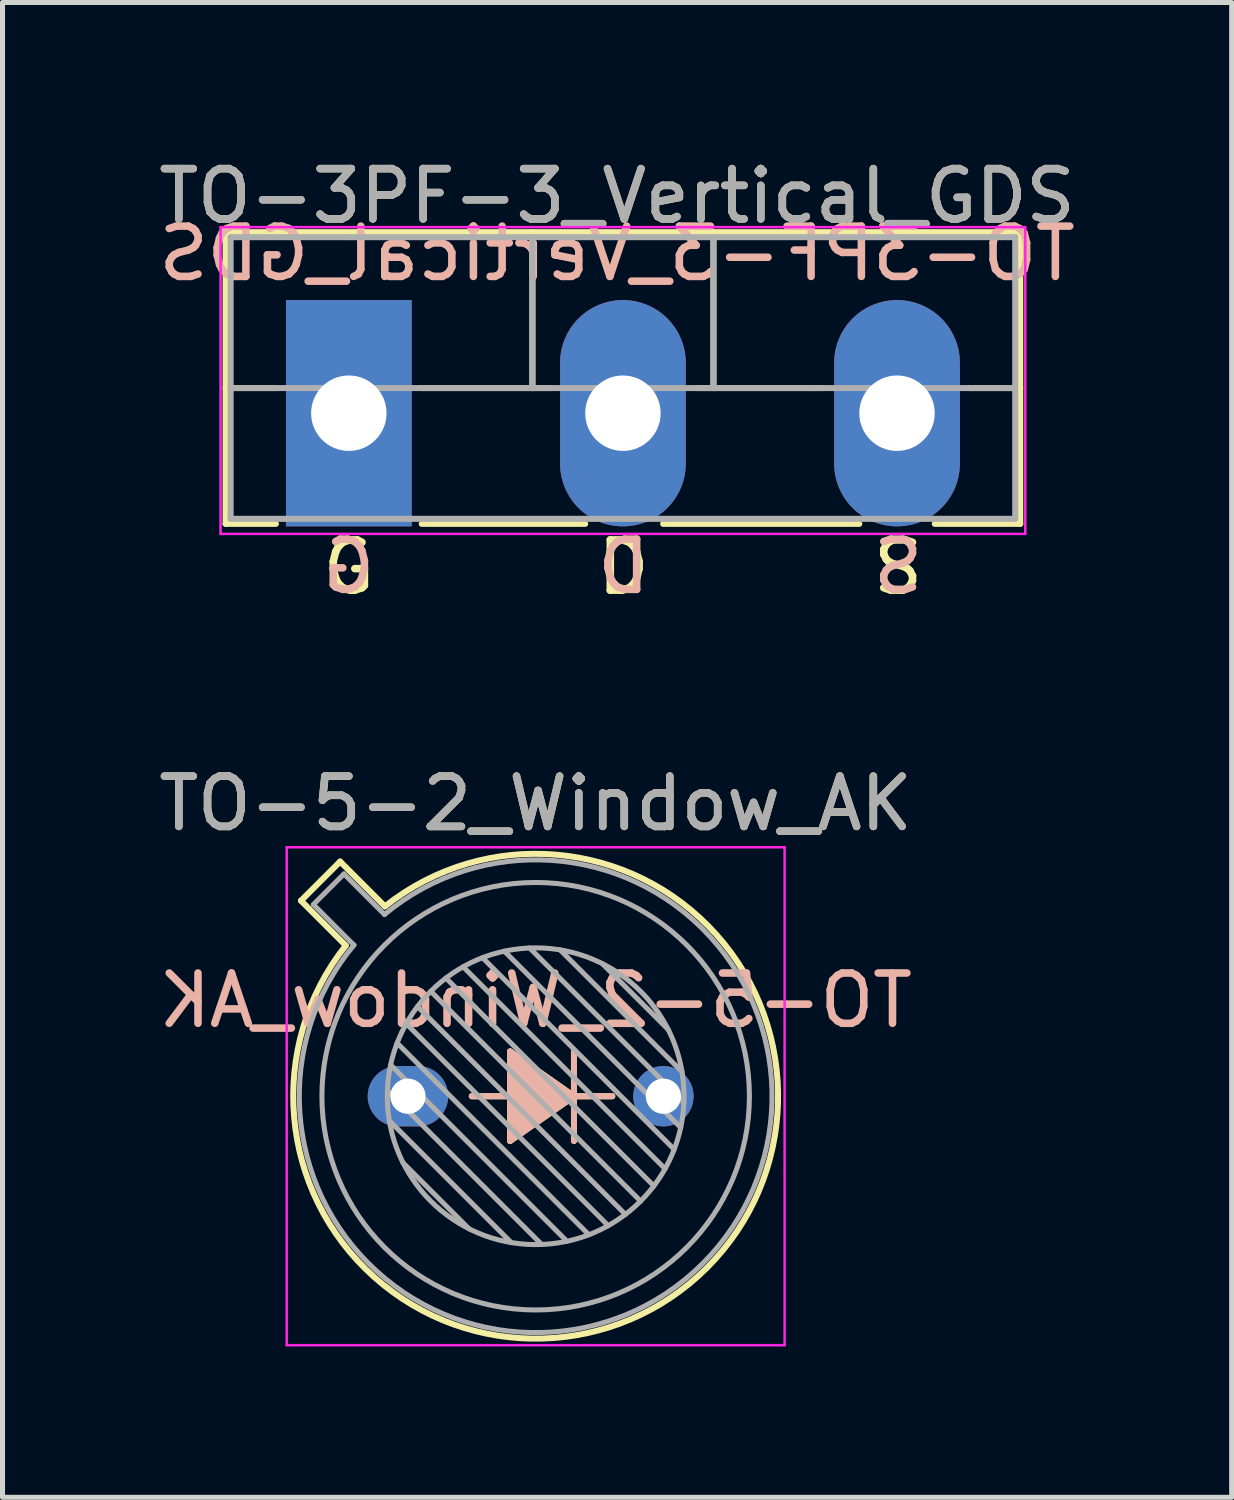
<source format=kicad_pcb>
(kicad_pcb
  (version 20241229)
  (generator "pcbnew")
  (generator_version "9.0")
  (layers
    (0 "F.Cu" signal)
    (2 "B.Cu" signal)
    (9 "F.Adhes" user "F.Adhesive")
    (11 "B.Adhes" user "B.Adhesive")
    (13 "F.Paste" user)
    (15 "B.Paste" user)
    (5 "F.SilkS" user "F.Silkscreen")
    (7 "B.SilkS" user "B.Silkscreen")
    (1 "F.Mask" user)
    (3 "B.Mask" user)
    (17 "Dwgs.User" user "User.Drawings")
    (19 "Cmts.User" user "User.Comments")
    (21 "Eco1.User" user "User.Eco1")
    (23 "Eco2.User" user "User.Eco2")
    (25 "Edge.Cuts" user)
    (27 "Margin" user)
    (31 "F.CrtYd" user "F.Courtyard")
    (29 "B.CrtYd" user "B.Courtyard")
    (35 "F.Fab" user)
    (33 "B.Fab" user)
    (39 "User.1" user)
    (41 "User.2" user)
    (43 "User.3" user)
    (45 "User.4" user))
  (footprint "TO-5-2_Window_AK"
    (layer "F.Cu")
    (at 5.061 18.747)
    (property "Reference" "TO-5-2_Window_AK" (at 2.54 -5.82 0) (layer "F.SilkS") (effects (font (size 1 1) (thickness 0.15))))
    (fp_line (start -2.126 -3.888) (end -1.235 -2.997) (stroke (width 0.12) (type solid)) (layer "F.SilkS"))
    (fp_line (start -1.348 -4.666) (end -2.126 -3.888) (stroke (width 0.12) (type solid)) (layer "F.SilkS"))
    (fp_line (start -0.457 -3.775) (end -1.348 -4.666) (stroke (width 0.12) (type solid)) (layer "F.SilkS"))
    (fp_line (start 1.27 0) (end 2.032 0) (stroke (width 0.12) (type solid)) (layer "F.SilkS"))
    (fp_line (start 2.032 -0.889) (end 3.302 0) (stroke (width 0.12) (type solid)) (layer "F.SilkS"))
    (fp_line (start 2.032 0.889) (end 2.032 -0.889) (stroke (width 0.12) (type solid)) (layer "F.SilkS"))
    (fp_line (start 3.302 -0.889) (end 3.302 0.889) (stroke (width 0.12) (type solid)) (layer "F.SilkS"))
    (fp_line (start 3.302 0) (end 2.032 0.889) (stroke (width 0.12) (type solid)) (layer "F.SilkS"))
    (fp_line (start 3.302 0) (end 4.064 0) (stroke (width 0.12) (type solid)) (layer "F.SilkS"))
    (fp_arc (start -0.457084 -3.774902) (mid 5.948125 3.408384) (end -1.234674 -2.997371) (stroke (width 0.12) (type solid)) (layer "F.SilkS"))
    (fp_poly (pts (xy 3.302 0) (xy 2.032 0.889) (xy 2.032 -0.889)) (stroke (width 0.1) (type solid)) (fill yes) (layer "F.SilkS"))
    (fp_line (start 1.27 0) (end 2.032 0) (stroke (width 0.12) (type solid)) (layer "B.SilkS"))
    (fp_line (start 2.032 -0.889) (end 2.032 0.889) (stroke (width 0.12) (type solid)) (layer "B.SilkS"))
    (fp_line (start 2.032 0.889) (end 3.302 0) (stroke (width 0.12) (type solid)) (layer "B.SilkS"))
    (fp_line (start 3.302 0) (end 2.032 -0.889) (stroke (width 0.12) (type solid)) (layer "B.SilkS"))
    (fp_line (start 3.302 0) (end 4.064 0) (stroke (width 0.12) (type solid)) (layer "B.SilkS"))
    (fp_line (start 3.302 0.889) (end 3.302 -0.889) (stroke (width 0.12) (type solid)) (layer "B.SilkS"))
    (fp_poly (pts (xy 3.302 0) (xy 2.032 -0.889) (xy 2.032 0.889)) (stroke (width 0.1) (type solid)) (fill yes) (layer "B.SilkS"))
    (fp_line (start -2.41 -4.95) (end -2.41 4.95) (stroke (width 0.05) (type solid)) (layer "F.CrtYd"))
    (fp_line (start -2.41 4.95) (end 7.49 4.95) (stroke (width 0.05) (type solid)) (layer "F.CrtYd"))
    (fp_line (start 7.49 -4.95) (end -2.41 -4.95) (stroke (width 0.05) (type solid)) (layer "F.CrtYd"))
    (fp_line (start 7.49 4.95) (end 7.49 -4.95) (stroke (width 0.05) (type solid)) (layer "F.CrtYd"))
    (fp_line (start -1.88 -3.812) (end -1.074 -3.005) (stroke (width 0.1) (type solid)) (layer "F.Fab"))
    (fp_line (start -1.272 -4.42) (end -1.88 -3.812) (stroke (width 0.1) (type solid)) (layer "F.Fab"))
    (fp_line (start -0.465 -3.614) (end -1.272 -4.42) (stroke (width 0.1) (type solid)) (layer "F.Fab"))
    (fp_line (start -0.408 -0.12) (end 2.66 2.948) (stroke (width 0.1) (type solid)) (layer "F.Fab"))
    (fp_line (start -0.371 0.485) (end 2.055 2.911) (stroke (width 0.1) (type solid)) (layer "F.Fab"))
    (fp_line (start -0.344 -0.622) (end 3.162 2.884) (stroke (width 0.1) (type solid)) (layer "F.Fab"))
    (fp_line (start -0.215 -1.058) (end 3.598 2.755) (stroke (width 0.1) (type solid)) (layer "F.Fab"))
    (fp_line (start -0.097 1.324) (end 1.216 2.637) (stroke (width 0.1) (type solid)) (layer "F.Fab"))
    (fp_line (start -0.034 -1.443) (end 3.983 2.574) (stroke (width 0.1) (type solid)) (layer "F.Fab"))
    (fp_line (start 0.19 -1.784) (end 4.324 2.35) (stroke (width 0.1) (type solid)) (layer "F.Fab"))
    (fp_line (start 0.454 -2.086) (end 4.626 2.086) (stroke (width 0.1) (type solid)) (layer "F.Fab"))
    (fp_line (start 0.756 -2.35) (end 4.89 1.784) (stroke (width 0.1) (type solid)) (layer "F.Fab"))
    (fp_line (start 1.097 -2.574) (end 5.114 1.443) (stroke (width 0.1) (type solid)) (layer "F.Fab"))
    (fp_line (start 1.482 -2.755) (end 5.295 1.058) (stroke (width 0.1) (type solid)) (layer "F.Fab"))
    (fp_line (start 1.918 -2.884) (end 5.424 0.622) (stroke (width 0.1) (type solid)) (layer "F.Fab"))
    (fp_line (start 2.42 -2.948) (end 5.488 0.12) (stroke (width 0.1) (type solid)) (layer "F.Fab"))
    (fp_line (start 3.025 -2.911) (end 5.451 -0.485) (stroke (width 0.1) (type solid)) (layer "F.Fab"))
    (fp_line (start 3.864 -2.637) (end 5.177 -1.324) (stroke (width 0.1) (type solid)) (layer "F.Fab"))
    (fp_arc (start -0.465408 -3.61352) (mid 5.863443 3.323361) (end -1.073594 -3.005319) (stroke (width 0.1) (type solid)) (layer "F.Fab"))
    (fp_circle (center 2.54 0) (end 5.49 0) (stroke (width 0.1) (type solid)) (fill no) (layer "F.Fab"))
    (fp_circle (center 2.54 0) (end 6.79 0) (stroke (width 0.1) (type solid)) (fill no) (layer "F.Fab"))
    (fp_text user "${REFERENCE}" (at 2.54 -1.905 0) (layer "B.SilkS") (effects (font (size 1 1) (thickness 0.15)) (justify mirror)))
    (fp_text user "${REFERENCE}" (at 2.54 -5.82 0) (layer "F.Fab") (effects (font (size 1 1) (thickness 0.15))))
    (pad "1" thru_hole oval (at 0 0) (size 1.6 1.2) (drill 0.7) (layers "*.Cu" "*.Mask"))
    (pad "2" thru_hole oval (at 5.08 0) (size 1.2 1.2) (drill 0.7) (layers "*.Cu" "*.Mask")))
  (footprint "TO-3PF-3_Vertical_GDS"
    (layer "F.Cu")
    (at 3.886 5.166)
    (property "Reference" "TO-3PF-3_Vertical_GDS" (at 5.334 -4.318 0) (layer "F.SilkS") (effects (font (size 1 1) (thickness 0.15))))
    (fp_line (start -2.45 -3.6) (end -2.45 2.2) (stroke (width 0.12) (type solid)) (layer "F.SilkS"))
    (fp_line (start -2.45 2.2) (end -1.45 2.2) (stroke (width 0.12) (type solid)) (layer "F.SilkS"))
    (fp_line (start -1.45 -0.5) (end -2.45 -0.5) (stroke (width 0.12) (type solid)) (layer "F.SilkS"))
    (fp_line (start 1.45 2.2) (end 4.7 2.2) (stroke (width 0.12) (type solid)) (layer "F.SilkS"))
    (fp_line (start 3.65 -3.6) (end 3.65 -0.5) (stroke (width 0.12) (type solid)) (layer "F.SilkS"))
    (fp_line (start 3.65 -0.5) (end 1.45 -0.5) (stroke (width 0.12) (type solid)) (layer "F.SilkS"))
    (fp_line (start 3.65 -0.5) (end 4 -0.5) (stroke (width 0.12) (type solid)) (layer "F.SilkS"))
    (fp_line (start 6.25 2.2) (end 10.15 2.2) (stroke (width 0.12) (type solid)) (layer "F.SilkS"))
    (fp_line (start 7.25 -0.5) (end 7.25 -3.6) (stroke (width 0.12) (type solid)) (layer "F.SilkS"))
    (fp_line (start 9.2 -0.5) (end 6.9 -0.5) (stroke (width 0.12) (type solid)) (layer "F.SilkS"))
    (fp_line (start 9.45 -0.5) (end 9.2 -0.5) (stroke (width 0.12) (type solid)) (layer "F.SilkS"))
    (fp_line (start 11.65 2.2) (end 13.35 2.2) (stroke (width 0.12) (type solid)) (layer "F.SilkS"))
    (fp_line (start 13.35 -3.6) (end -2.45 -3.6) (stroke (width 0.12) (type solid)) (layer "F.SilkS"))
    (fp_line (start 13.35 -0.5) (end 12.35 -0.5) (stroke (width 0.12) (type solid)) (layer "F.SilkS"))
    (fp_line (start 13.35 2.2) (end 13.35 -3.6) (stroke (width 0.12) (type solid)) (layer "F.SilkS"))
    (fp_line (start -2.55 -3.7) (end -2.55 2.4) (stroke (width 0.05) (type solid)) (layer "F.CrtYd"))
    (fp_line (start -2.55 2.4) (end 13.45 2.4) (stroke (width 0.05) (type solid)) (layer "F.CrtYd"))
    (fp_line (start 13.45 -3.7) (end -2.55 -3.7) (stroke (width 0.05) (type solid)) (layer "F.CrtYd"))
    (fp_line (start 13.45 2.4) (end 13.45 -3.7) (stroke (width 0.05) (type solid)) (layer "F.CrtYd"))
    (fp_line (start -2.35 -3.5) (end -2.35 2.1) (stroke (width 0.12) (type solid)) (layer "F.Fab"))
    (fp_line (start -2.35 2.1) (end 13.25 2.1) (stroke (width 0.12) (type solid)) (layer "F.Fab"))
    (fp_line (start -0.05 -3.5) (end -2.35 -3.5) (stroke (width 0.12) (type solid)) (layer "F.Fab"))
    (fp_line (start 2.95 -3.5) (end -0.05 -3.5) (stroke (width 0.12) (type solid)) (layer "F.Fab"))
    (fp_line (start 3.65 -3.5) (end 3.65 -0.5) (stroke (width 0.12) (type solid)) (layer "F.Fab"))
    (fp_line (start 7.25 -3.5) (end 7.25 -0.5) (stroke (width 0.12) (type solid)) (layer "F.Fab"))
    (fp_line (start 10.85 -0.5) (end -2.35 -0.5) (stroke (width 0.12) (type solid)) (layer "F.Fab"))
    (fp_line (start 10.85 -0.5) (end 13.25 -0.5) (stroke (width 0.12) (type solid)) (layer "F.Fab"))
    (fp_line (start 10.95 -3.5) (end 2.95 -3.5) (stroke (width 0.12) (type solid)) (layer "F.Fab"))
    (fp_line (start 13.25 -3.5) (end 10.95 -3.5) (stroke (width 0.12) (type solid)) (layer "F.Fab"))
    (fp_line (start 13.25 2.1) (end 13.25 -3.5) (stroke (width 0.12) (type solid)) (layer "F.Fab"))
    (fp_text user "D" (at 5.461 3.064 0) (unlocked yes) (layer "F.SilkS") (effects (font (size 1 1) (thickness 0.15))))
    (fp_text user "S" (at 10.922 3.064 0) (unlocked yes) (layer "F.SilkS") (effects (font (size 1 1) (thickness 0.15))))
    (fp_text user "G" (at 0 3.064 0) (unlocked yes) (layer "F.SilkS") (effects (font (size 1 1) (thickness 0.15))))
    (fp_text user "G" (at 0 3.048 0) (unlocked yes) (layer "B.SilkS") (effects (font (size 1 1) (thickness 0.15)) (justify mirror)))
    (fp_text user "D" (at 5.461 3.048 0) (unlocked yes) (layer "B.SilkS") (effects (font (size 1 1) (thickness 0.15)) (justify mirror)))
    (fp_text user "${REFERENCE}" (at 5.334 -3.175 0) (layer "B.SilkS") (effects (font (size 1 1) (thickness 0.15)) (justify mirror)))
    (fp_text user "S" (at 10.922 3.048 0) (unlocked yes) (layer "B.SilkS") (effects (font (size 1 1) (thickness 0.15)) (justify mirror)))
    (fp_text user "${REFERENCE}" (at 5.334 -4.318 0) (layer "F.Fab") (effects (font (size 1 1) (thickness 0.15))))
    (pad "1" thru_hole rect (at 0 0) (size 2.5 4.5) (drill 1.5) (layers "*.Cu" "*.Mask"))
    (pad "2" thru_hole oval (at 5.45 0) (size 2.5 4.5) (drill 1.5) (layers "*.Cu" "*.Mask"))
    (pad "3" thru_hole oval (at 10.9 0) (size 2.5 4.5) (drill 1.5) (layers "*.Cu" "*.Mask")))
  (gr_rect
    (start -3 -3)
    (end 21.44 26.722)
    (stroke (width 0.1) (type default))
    (fill no)
    (layer "Edge.Cuts")))
</source>
